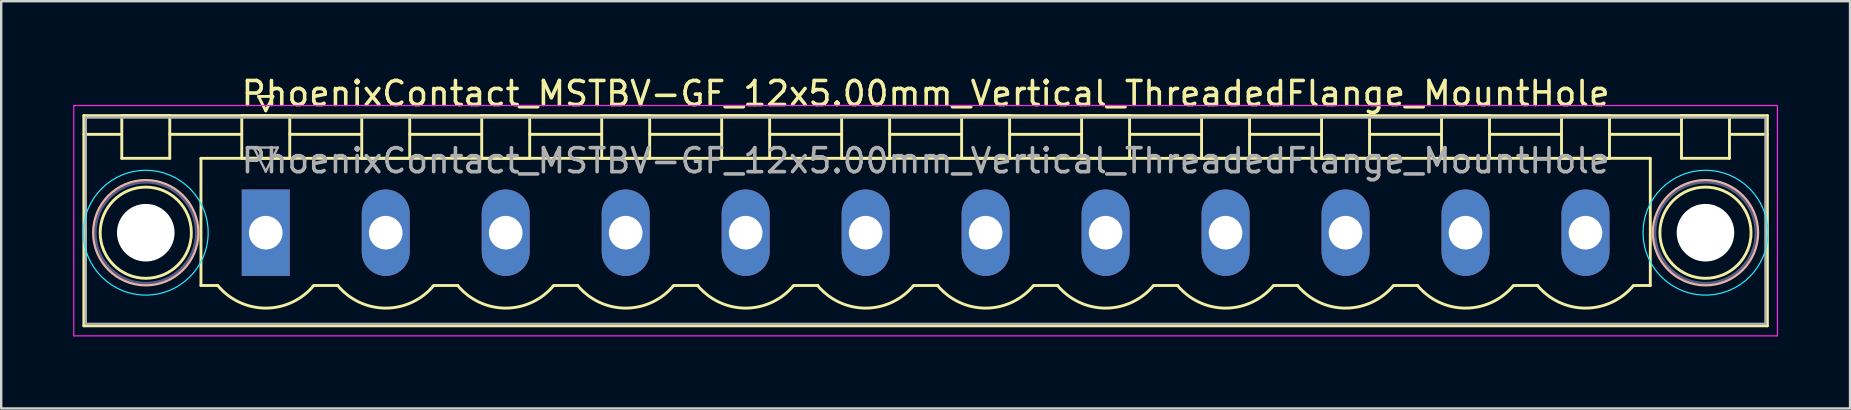
<source format=kicad_pcb>
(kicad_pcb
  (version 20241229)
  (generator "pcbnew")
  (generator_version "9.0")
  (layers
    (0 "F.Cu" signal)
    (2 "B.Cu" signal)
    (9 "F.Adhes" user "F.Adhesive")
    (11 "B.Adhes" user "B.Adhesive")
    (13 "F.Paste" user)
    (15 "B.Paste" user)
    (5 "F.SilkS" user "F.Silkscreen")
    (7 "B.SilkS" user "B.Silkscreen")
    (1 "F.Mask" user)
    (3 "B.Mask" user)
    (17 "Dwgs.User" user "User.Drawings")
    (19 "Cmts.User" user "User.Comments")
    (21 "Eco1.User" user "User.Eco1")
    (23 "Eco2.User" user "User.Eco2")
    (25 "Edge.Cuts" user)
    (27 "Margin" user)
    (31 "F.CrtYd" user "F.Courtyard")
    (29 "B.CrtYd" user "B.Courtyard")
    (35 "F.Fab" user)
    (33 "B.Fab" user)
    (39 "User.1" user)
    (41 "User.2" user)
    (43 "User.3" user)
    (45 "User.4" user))
  (footprint "PhoenixContact_MSTBV-GF_12x5.00mm_Vertical_ThreadedFlange_MountHole"
    (layer "F.Cu")
    (at 8.025 6.648)
    (property "Reference" "PhoenixContact_MSTBV-GF_12x5.00mm_Vertical_ThreadedFlange_MountHole" (at 27.5 -5.8 0) (layer "F.SilkS") (effects (font (size 1 1) (thickness 0.15))))
    (attr through_hole)
    (fp_line (start -7.58 -4.88) (end -7.58 3.88) (stroke (width 0.12) (type solid)) (layer "F.SilkS"))
    (fp_line (start -7.58 -4.1) (end -6.08 -4.1) (stroke (width 0.12) (type solid)) (layer "F.SilkS"))
    (fp_line (start -7.58 3.88) (end 62.58 3.88) (stroke (width 0.12) (type solid)) (layer "F.SilkS"))
    (fp_line (start -6 -4.88) (end -4 -4.88) (stroke (width 0.12) (type solid)) (layer "F.SilkS"))
    (fp_line (start -6 -3.1) (end -6 -4.88) (stroke (width 0.12) (type solid)) (layer "F.SilkS"))
    (fp_line (start -4 -4.88) (end -4 -3.1) (stroke (width 0.12) (type solid)) (layer "F.SilkS"))
    (fp_line (start -4 -4.1) (end -1 -4.1) (stroke (width 0.12) (type solid)) (layer "F.SilkS"))
    (fp_line (start -4 -3.1) (end -6 -3.1) (stroke (width 0.12) (type solid)) (layer "F.SilkS"))
    (fp_line (start -2.7 -3.1) (end 57.7 -3.1) (stroke (width 0.12) (type solid)) (layer "F.SilkS"))
    (fp_line (start -2.7 2.2) (end -2.7 -3.1) (stroke (width 0.12) (type solid)) (layer "F.SilkS"))
    (fp_line (start -2 2.2) (end -2.7 2.2) (stroke (width 0.12) (type solid)) (layer "F.SilkS"))
    (fp_line (start -1 -4.88) (end 1 -4.88) (stroke (width 0.12) (type solid)) (layer "F.SilkS"))
    (fp_line (start -1 -3.1) (end -1 -4.88) (stroke (width 0.12) (type solid)) (layer "F.SilkS"))
    (fp_line (start -0.3 -5.68) (end 0.3 -5.68) (stroke (width 0.12) (type solid)) (layer "F.SilkS"))
    (fp_line (start 0 -5.08) (end -0.3 -5.68) (stroke (width 0.12) (type solid)) (layer "F.SilkS"))
    (fp_line (start 0.3 -5.68) (end 0 -5.08) (stroke (width 0.12) (type solid)) (layer "F.SilkS"))
    (fp_line (start 1 -4.88) (end 1 -3.1) (stroke (width 0.12) (type solid)) (layer "F.SilkS"))
    (fp_line (start 1 -4.1) (end 4 -4.1) (stroke (width 0.12) (type solid)) (layer "F.SilkS"))
    (fp_line (start 1 -3.1) (end -1 -3.1) (stroke (width 0.12) (type solid)) (layer "F.SilkS"))
    (fp_line (start 2 2.2) (end 3 2.2) (stroke (width 0.12) (type solid)) (layer "F.SilkS"))
    (fp_line (start 4 -4.88) (end 6 -4.88) (stroke (width 0.12) (type solid)) (layer "F.SilkS"))
    (fp_line (start 4 -3.1) (end 4 -4.88) (stroke (width 0.12) (type solid)) (layer "F.SilkS"))
    (fp_line (start 6 -4.88) (end 6 -3.1) (stroke (width 0.12) (type solid)) (layer "F.SilkS"))
    (fp_line (start 6 -4.1) (end 9 -4.1) (stroke (width 0.12) (type solid)) (layer "F.SilkS"))
    (fp_line (start 6 -3.1) (end 4 -3.1) (stroke (width 0.12) (type solid)) (layer "F.SilkS"))
    (fp_line (start 7 2.2) (end 8 2.2) (stroke (width 0.12) (type solid)) (layer "F.SilkS"))
    (fp_line (start 9 -4.88) (end 11 -4.88) (stroke (width 0.12) (type solid)) (layer "F.SilkS"))
    (fp_line (start 9 -3.1) (end 9 -4.88) (stroke (width 0.12) (type solid)) (layer "F.SilkS"))
    (fp_line (start 11 -4.88) (end 11 -3.1) (stroke (width 0.12) (type solid)) (layer "F.SilkS"))
    (fp_line (start 11 -4.1) (end 14 -4.1) (stroke (width 0.12) (type solid)) (layer "F.SilkS"))
    (fp_line (start 11 -3.1) (end 9 -3.1) (stroke (width 0.12) (type solid)) (layer "F.SilkS"))
    (fp_line (start 12 2.2) (end 13 2.2) (stroke (width 0.12) (type solid)) (layer "F.SilkS"))
    (fp_line (start 14 -4.88) (end 16 -4.88) (stroke (width 0.12) (type solid)) (layer "F.SilkS"))
    (fp_line (start 14 -3.1) (end 14 -4.88) (stroke (width 0.12) (type solid)) (layer "F.SilkS"))
    (fp_line (start 16 -4.88) (end 16 -3.1) (stroke (width 0.12) (type solid)) (layer "F.SilkS"))
    (fp_line (start 16 -4.1) (end 19 -4.1) (stroke (width 0.12) (type solid)) (layer "F.SilkS"))
    (fp_line (start 16 -3.1) (end 14 -3.1) (stroke (width 0.12) (type solid)) (layer "F.SilkS"))
    (fp_line (start 17 2.2) (end 18 2.2) (stroke (width 0.12) (type solid)) (layer "F.SilkS"))
    (fp_line (start 19 -4.88) (end 21 -4.88) (stroke (width 0.12) (type solid)) (layer "F.SilkS"))
    (fp_line (start 19 -3.1) (end 19 -4.88) (stroke (width 0.12) (type solid)) (layer "F.SilkS"))
    (fp_line (start 21 -4.88) (end 21 -3.1) (stroke (width 0.12) (type solid)) (layer "F.SilkS"))
    (fp_line (start 21 -4.1) (end 24 -4.1) (stroke (width 0.12) (type solid)) (layer "F.SilkS"))
    (fp_line (start 21 -3.1) (end 19 -3.1) (stroke (width 0.12) (type solid)) (layer "F.SilkS"))
    (fp_line (start 22 2.2) (end 23 2.2) (stroke (width 0.12) (type solid)) (layer "F.SilkS"))
    (fp_line (start 24 -4.88) (end 26 -4.88) (stroke (width 0.12) (type solid)) (layer "F.SilkS"))
    (fp_line (start 24 -3.1) (end 24 -4.88) (stroke (width 0.12) (type solid)) (layer "F.SilkS"))
    (fp_line (start 26 -4.88) (end 26 -3.1) (stroke (width 0.12) (type solid)) (layer "F.SilkS"))
    (fp_line (start 26 -4.1) (end 29 -4.1) (stroke (width 0.12) (type solid)) (layer "F.SilkS"))
    (fp_line (start 26 -3.1) (end 24 -3.1) (stroke (width 0.12) (type solid)) (layer "F.SilkS"))
    (fp_line (start 27 2.2) (end 28 2.2) (stroke (width 0.12) (type solid)) (layer "F.SilkS"))
    (fp_line (start 29 -4.88) (end 31 -4.88) (stroke (width 0.12) (type solid)) (layer "F.SilkS"))
    (fp_line (start 29 -3.1) (end 29 -4.88) (stroke (width 0.12) (type solid)) (layer "F.SilkS"))
    (fp_line (start 31 -4.88) (end 31 -3.1) (stroke (width 0.12) (type solid)) (layer "F.SilkS"))
    (fp_line (start 31 -4.1) (end 34 -4.1) (stroke (width 0.12) (type solid)) (layer "F.SilkS"))
    (fp_line (start 31 -3.1) (end 29 -3.1) (stroke (width 0.12) (type solid)) (layer "F.SilkS"))
    (fp_line (start 32 2.2) (end 33 2.2) (stroke (width 0.12) (type solid)) (layer "F.SilkS"))
    (fp_line (start 34 -4.88) (end 36 -4.88) (stroke (width 0.12) (type solid)) (layer "F.SilkS"))
    (fp_line (start 34 -3.1) (end 34 -4.88) (stroke (width 0.12) (type solid)) (layer "F.SilkS"))
    (fp_line (start 36 -4.88) (end 36 -3.1) (stroke (width 0.12) (type solid)) (layer "F.SilkS"))
    (fp_line (start 36 -4.1) (end 39 -4.1) (stroke (width 0.12) (type solid)) (layer "F.SilkS"))
    (fp_line (start 36 -3.1) (end 34 -3.1) (stroke (width 0.12) (type solid)) (layer "F.SilkS"))
    (fp_line (start 37 2.2) (end 38 2.2) (stroke (width 0.12) (type solid)) (layer "F.SilkS"))
    (fp_line (start 39 -4.88) (end 41 -4.88) (stroke (width 0.12) (type solid)) (layer "F.SilkS"))
    (fp_line (start 39 -3.1) (end 39 -4.88) (stroke (width 0.12) (type solid)) (layer "F.SilkS"))
    (fp_line (start 41 -4.88) (end 41 -3.1) (stroke (width 0.12) (type solid)) (layer "F.SilkS"))
    (fp_line (start 41 -4.1) (end 44 -4.1) (stroke (width 0.12) (type solid)) (layer "F.SilkS"))
    (fp_line (start 41 -3.1) (end 39 -3.1) (stroke (width 0.12) (type solid)) (layer "F.SilkS"))
    (fp_line (start 42 2.2) (end 43 2.2) (stroke (width 0.12) (type solid)) (layer "F.SilkS"))
    (fp_line (start 44 -4.88) (end 46 -4.88) (stroke (width 0.12) (type solid)) (layer "F.SilkS"))
    (fp_line (start 44 -3.1) (end 44 -4.88) (stroke (width 0.12) (type solid)) (layer "F.SilkS"))
    (fp_line (start 46 -4.88) (end 46 -3.1) (stroke (width 0.12) (type solid)) (layer "F.SilkS"))
    (fp_line (start 46 -4.1) (end 49 -4.1) (stroke (width 0.12) (type solid)) (layer "F.SilkS"))
    (fp_line (start 46 -3.1) (end 44 -3.1) (stroke (width 0.12) (type solid)) (layer "F.SilkS"))
    (fp_line (start 47 2.2) (end 48 2.2) (stroke (width 0.12) (type solid)) (layer "F.SilkS"))
    (fp_line (start 49 -4.88) (end 51 -4.88) (stroke (width 0.12) (type solid)) (layer "F.SilkS"))
    (fp_line (start 49 -3.1) (end 49 -4.88) (stroke (width 0.12) (type solid)) (layer "F.SilkS"))
    (fp_line (start 51 -4.88) (end 51 -3.1) (stroke (width 0.12) (type solid)) (layer "F.SilkS"))
    (fp_line (start 51 -4.1) (end 54 -4.1) (stroke (width 0.12) (type solid)) (layer "F.SilkS"))
    (fp_line (start 51 -3.1) (end 49 -3.1) (stroke (width 0.12) (type solid)) (layer "F.SilkS"))
    (fp_line (start 52 2.2) (end 53 2.2) (stroke (width 0.12) (type solid)) (layer "F.SilkS"))
    (fp_line (start 54 -4.88) (end 56 -4.88) (stroke (width 0.12) (type solid)) (layer "F.SilkS"))
    (fp_line (start 54 -3.1) (end 54 -4.88) (stroke (width 0.12) (type solid)) (layer "F.SilkS"))
    (fp_line (start 56 -4.88) (end 56 -3.1) (stroke (width 0.12) (type solid)) (layer "F.SilkS"))
    (fp_line (start 56 -4.1) (end 59 -4.1) (stroke (width 0.12) (type solid)) (layer "F.SilkS"))
    (fp_line (start 56 -3.1) (end 54 -3.1) (stroke (width 0.12) (type solid)) (layer "F.SilkS"))
    (fp_line (start 57.7 -3.1) (end 57.7 2.2) (stroke (width 0.12) (type solid)) (layer "F.SilkS"))
    (fp_line (start 57.7 2.2) (end 57 2.2) (stroke (width 0.12) (type solid)) (layer "F.SilkS"))
    (fp_line (start 59 -4.88) (end 61 -4.88) (stroke (width 0.12) (type solid)) (layer "F.SilkS"))
    (fp_line (start 59 -3.1) (end 59 -4.88) (stroke (width 0.12) (type solid)) (layer "F.SilkS"))
    (fp_line (start 61 -4.88) (end 61 -3.1) (stroke (width 0.12) (type solid)) (layer "F.SilkS"))
    (fp_line (start 61 -3.1) (end 59 -3.1) (stroke (width 0.12) (type solid)) (layer "F.SilkS"))
    (fp_line (start 62.58 -4.88) (end -7.58 -4.88) (stroke (width 0.12) (type solid)) (layer "F.SilkS"))
    (fp_line (start 62.58 -4.1) (end 61.08 -4.1) (stroke (width 0.12) (type solid)) (layer "F.SilkS"))
    (fp_line (start 62.58 3.88) (end 62.58 -4.88) (stroke (width 0.12) (type solid)) (layer "F.SilkS"))
    (fp_arc (start 1.986842 2.215821) (mid -0.010289 3.142758) (end -2 2.2) (stroke (width 0.12) (type solid)) (layer "F.SilkS"))
    (fp_arc (start 6.986842 2.215821) (mid 4.989711 3.142758) (end 3 2.2) (stroke (width 0.12) (type solid)) (layer "F.SilkS"))
    (fp_arc (start 11.986842 2.215821) (mid 9.989711 3.142758) (end 8 2.2) (stroke (width 0.12) (type solid)) (layer "F.SilkS"))
    (fp_arc (start 16.986842 2.215821) (mid 14.989711 3.142758) (end 13 2.2) (stroke (width 0.12) (type solid)) (layer "F.SilkS"))
    (fp_arc (start 21.986842 2.215821) (mid 19.989711 3.142758) (end 18 2.2) (stroke (width 0.12) (type solid)) (layer "F.SilkS"))
    (fp_arc (start 26.986842 2.215821) (mid 24.989711 3.142758) (end 23 2.2) (stroke (width 0.12) (type solid)) (layer "F.SilkS"))
    (fp_arc (start 31.986842 2.215821) (mid 29.989711 3.142758) (end 28 2.2) (stroke (width 0.12) (type solid)) (layer "F.SilkS"))
    (fp_arc (start 36.986842 2.215821) (mid 34.989711 3.142758) (end 33 2.2) (stroke (width 0.12) (type solid)) (layer "F.SilkS"))
    (fp_arc (start 41.986842 2.215821) (mid 39.989711 3.142758) (end 38 2.2) (stroke (width 0.12) (type solid)) (layer "F.SilkS"))
    (fp_arc (start 46.986842 2.215821) (mid 44.989711 3.142758) (end 43 2.2) (stroke (width 0.12) (type solid)) (layer "F.SilkS"))
    (fp_arc (start 51.986842 2.215821) (mid 49.989711 3.142758) (end 48 2.2) (stroke (width 0.12) (type solid)) (layer "F.SilkS"))
    (fp_arc (start 56.986842 2.215821) (mid 54.989711 3.142758) (end 53 2.2) (stroke (width 0.12) (type solid)) (layer "F.SilkS"))
    (fp_circle (center -5 0) (end -3.1 0) (stroke (width 0.12) (type solid)) (fill no) (layer "F.SilkS"))
    (fp_circle (center 60 0) (end 61.9 0) (stroke (width 0.12) (type solid)) (fill no) (layer "F.SilkS"))
    (fp_circle (center -5 0) (end -2.82 0) (stroke (width 0.12) (type solid)) (fill no) (layer "B.SilkS"))
    (fp_circle (center 60 0) (end 62.18 0) (stroke (width 0.12) (type solid)) (fill no) (layer "B.SilkS"))
    (fp_circle (center -5 0) (end -2.4 0) (stroke (width 0.05) (type solid)) (fill no) (layer "B.CrtYd"))
    (fp_circle (center 60 0) (end 62.6 0) (stroke (width 0.05) (type solid)) (fill no) (layer "B.CrtYd"))
    (fp_line (start -8 -5.3) (end -8 4.3) (stroke (width 0.05) (type solid)) (layer "F.CrtYd"))
    (fp_line (start -8 4.3) (end 63 4.3) (stroke (width 0.05) (type solid)) (layer "F.CrtYd"))
    (fp_line (start 63 -5.3) (end -8 -5.3) (stroke (width 0.05) (type solid)) (layer "F.CrtYd"))
    (fp_line (start 63 4.3) (end 63 -5.3) (stroke (width 0.05) (type solid)) (layer "F.CrtYd"))
    (fp_circle (center -5 0) (end -2.9 0) (stroke (width 0.1) (type solid)) (fill no) (layer "B.Fab"))
    (fp_circle (center 60 0) (end 62.1 0) (stroke (width 0.1) (type solid)) (fill no) (layer "B.Fab"))
    (fp_line (start -7.5 -4.8) (end -7.5 3.8) (stroke (width 0.1) (type solid)) (layer "F.Fab"))
    (fp_line (start -7.5 3.8) (end 62.5 3.8) (stroke (width 0.1) (type solid)) (layer "F.Fab"))
    (fp_line (start -0.5 -3.55) (end 0.5 -3.55) (stroke (width 0.1) (type solid)) (layer "F.Fab"))
    (fp_line (start 0 -2.55) (end -0.5 -3.55) (stroke (width 0.1) (type solid)) (layer "F.Fab"))
    (fp_line (start 0.5 -3.55) (end 0 -2.55) (stroke (width 0.1) (type solid)) (layer "F.Fab"))
    (fp_line (start 62.5 -4.8) (end -7.5 -4.8) (stroke (width 0.1) (type solid)) (layer "F.Fab"))
    (fp_line (start 62.5 3.8) (end 62.5 -4.8) (stroke (width 0.1) (type solid)) (layer "F.Fab"))
    (fp_text user "${REFERENCE}" (at 27.5 -3 0) (layer "F.Fab") (effects (font (size 1 1) (thickness 0.15))))
    (pad "" np_thru_hole circle (at -5 0) (size 2.4 2.4) (drill 2.4) (layers "*.Cu" "*.Mask"))
    (pad "" np_thru_hole circle (at 60 0) (size 2.4 2.4) (drill 2.4) (layers "*.Cu" "*.Mask"))
    (pad "1" thru_hole rect (at 0 0) (size 2 3.6) (drill 1.4) (layers "*.Cu" "*.Mask"))
    (pad "2" thru_hole oval (at 5 0) (size 2 3.6) (drill 1.4) (layers "*.Cu" "*.Mask"))
    (pad "3" thru_hole oval (at 10 0) (size 2 3.6) (drill 1.4) (layers "*.Cu" "*.Mask"))
    (pad "4" thru_hole oval (at 15 0) (size 2 3.6) (drill 1.4) (layers "*.Cu" "*.Mask"))
    (pad "5" thru_hole oval (at 20 0) (size 2 3.6) (drill 1.4) (layers "*.Cu" "*.Mask"))
    (pad "6" thru_hole oval (at 25 0) (size 2 3.6) (drill 1.4) (layers "*.Cu" "*.Mask"))
    (pad "7" thru_hole oval (at 30 0) (size 2 3.6) (drill 1.4) (layers "*.Cu" "*.Mask"))
    (pad "8" thru_hole oval (at 35 0) (size 2 3.6) (drill 1.4) (layers "*.Cu" "*.Mask"))
    (pad "9" thru_hole oval (at 40 0) (size 2 3.6) (drill 1.4) (layers "*.Cu" "*.Mask"))
    (pad "10" thru_hole oval (at 45 0) (size 2 3.6) (drill 1.4) (layers "*.Cu" "*.Mask"))
    (pad "11" thru_hole oval (at 50 0) (size 2 3.6) (drill 1.4) (layers "*.Cu" "*.Mask"))
    (pad "12" thru_hole oval (at 55 0) (size 2 3.6) (drill 1.4) (layers "*.Cu" "*.Mask")))
  (gr_rect
    (start -3 -3)
    (end 74.05 13.973)
    (stroke (width 0.1) (type default))
    (fill no)
    (layer "Edge.Cuts")))
</source>
